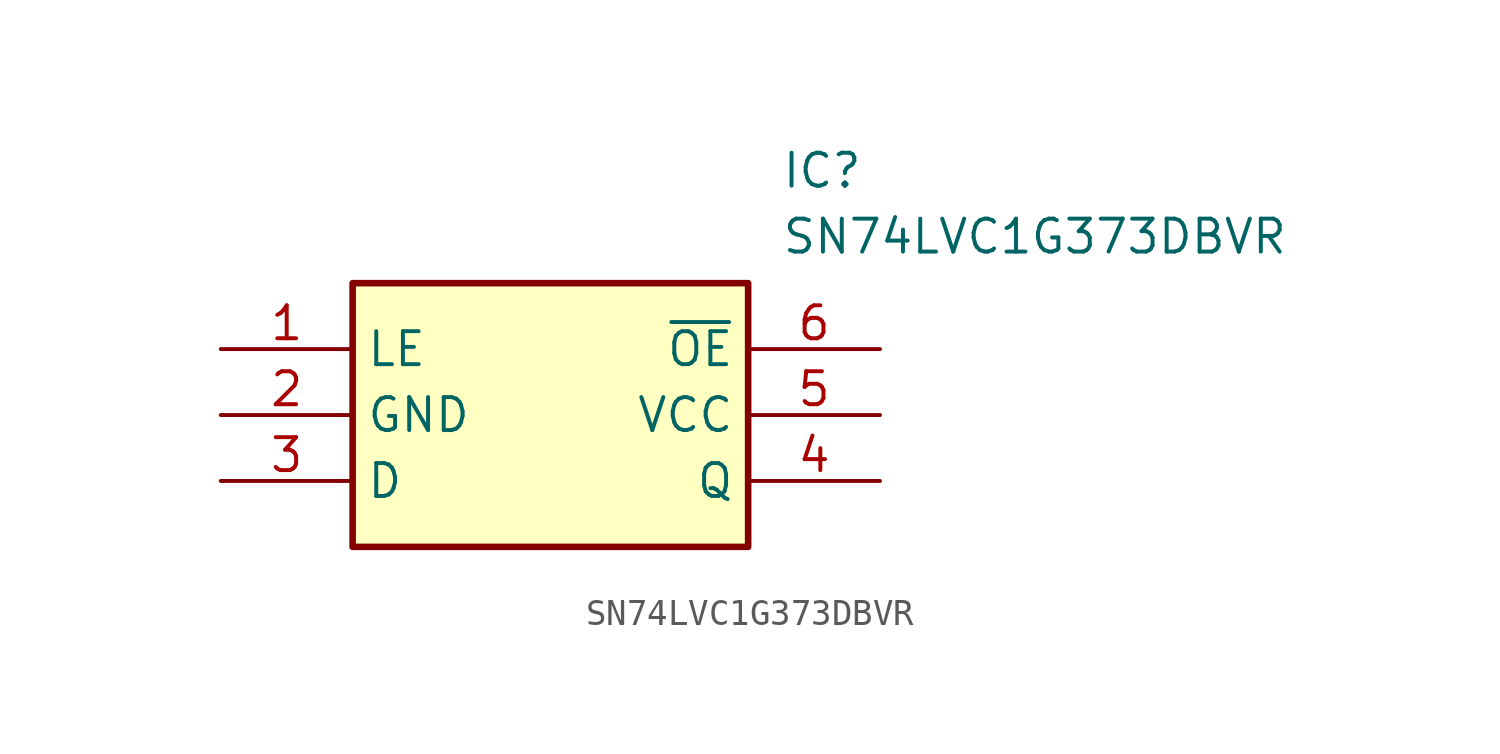
<source format=kicad_sym>
(kicad_symbol_lib
  (version 20241209)
  (generator "kicad_symbol_editor")
  (generator_version "9.0")
  (symbol "SN74LVC1G373DBVR"
    (property "Reference" "IC"
      (at 21.59 7.62 0)
      (effects (font (size 1.27 1.27)) (justify left top)))
    (property "Value" "SN74LVC1G373DBVR"
      (at 21.59 5.08 0)
      (effects (font (size 1.27 1.27)) (justify left top)))
    (symbol "SN74LVC1G373DBVR_1_1"
      (rectangle (start 5.08 2.54) (end 20.32 -7.62) (stroke (width 0.254) (type default)) (fill (type background)))
      (pin passive line (at 0 0 0) (length 5.08) (name "LE" (effects (font (size 1.27 1.27)))) (number "1" (effects (font (size 1.27 1.27)))))
      (pin passive line (at 0 -2.54 0) (length 5.08) (name "GND" (effects (font (size 1.27 1.27)))) (number "2" (effects (font (size 1.27 1.27)))))
      (pin passive line (at 0 -5.08 0) (length 5.08) (name "D" (effects (font (size 1.27 1.27)))) (number "3" (effects (font (size 1.27 1.27)))))
      (pin passive line (at 25.4 0 180) (length 5.08) (name "~{OE}" (effects (font (size 1.27 1.27)))) (number "6" (effects (font (size 1.27 1.27)))))
      (pin passive line (at 25.4 -2.54 180) (length 5.08) (name "VCC" (effects (font (size 1.27 1.27)))) (number "5" (effects (font (size 1.27 1.27)))))
      (pin passive line (at 25.4 -5.08 180) (length 5.08) (name "Q" (effects (font (size 1.27 1.27)))) (number "4" (effects (font (size 1.27 1.27))))))))
</source>
